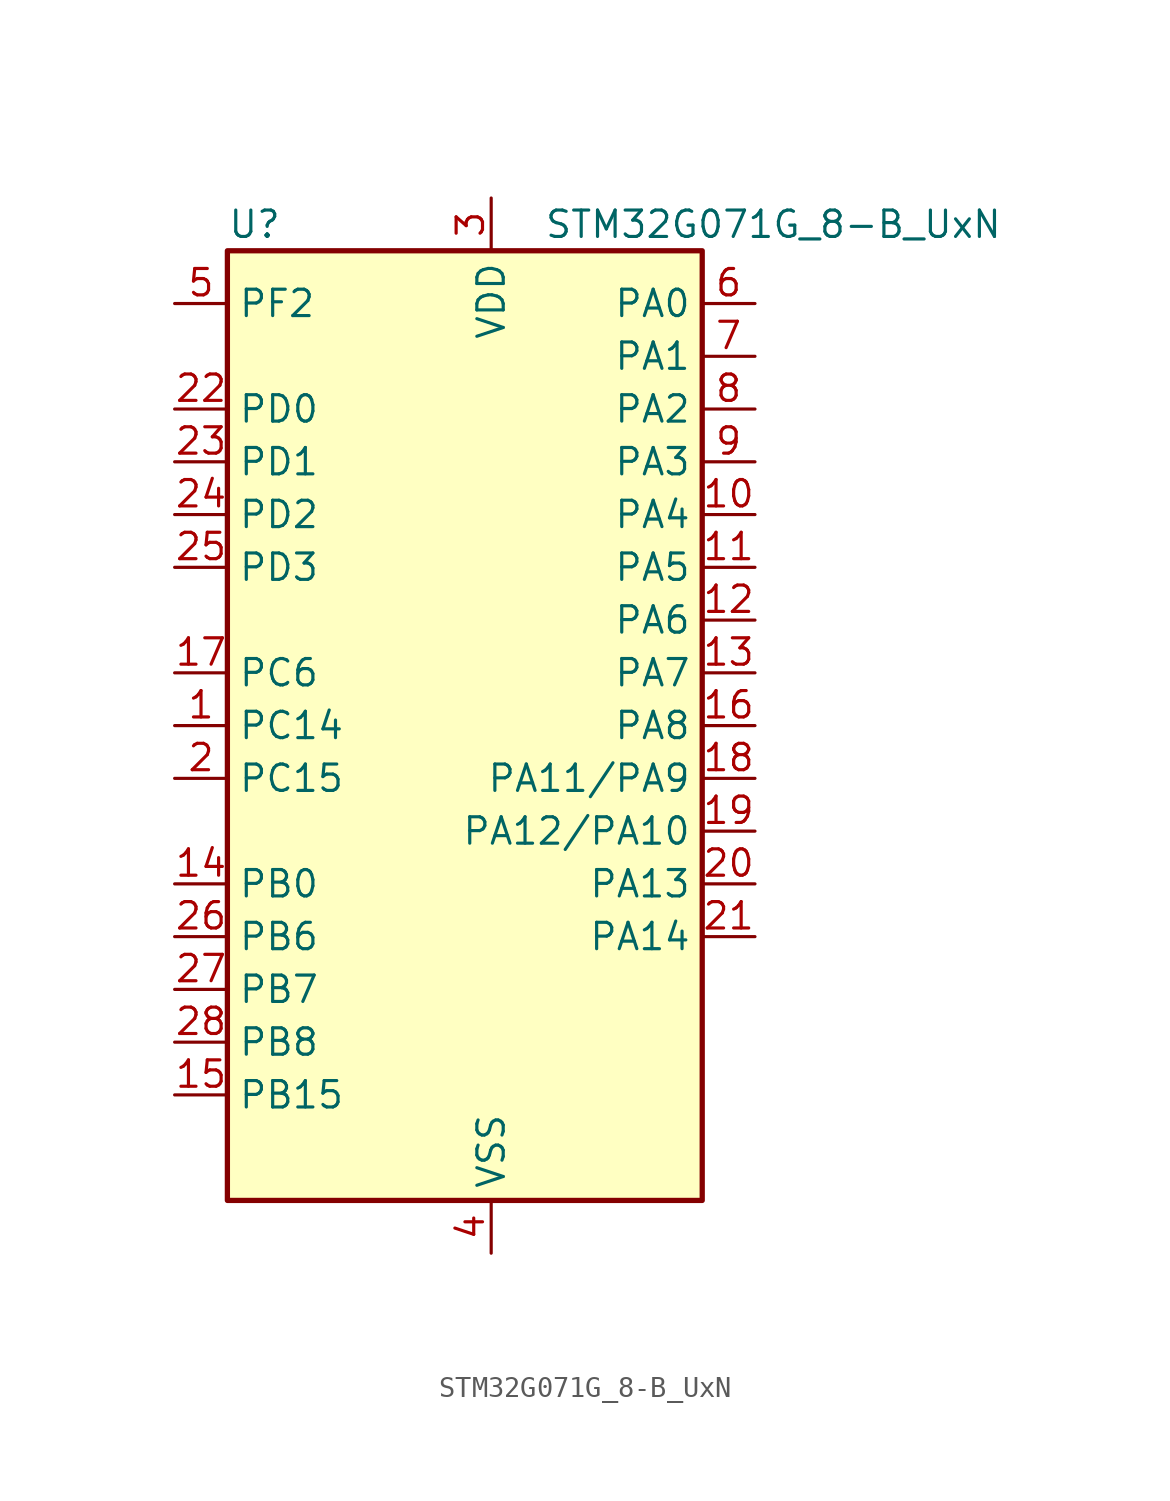
<source format=kicad_sym>
(kicad_symbol_lib
  (version 20211014)
  (generator kicad-library-utils)
  (symbol "STM32G071G_8-B_UxN"
    (property "Reference" "U"
      (at -10.16 24.13 0)
      (effects (font (size 1.27 1.27)) (justify left)))
    (property "Value" "STM32G071G_8-B_UxN"
      (at 5.08 24.13 0)
      (effects (font (size 1.27 1.27)) (justify left)))
    (property "ki_fp_filters" "QFN*4x4mm*P0.5mm*"
      (at 0.0 0.0 0.0)
      (effects (font (size 1.27 1.27))))
    (symbol "STM32G071G_8-B_UxN_0_1"
      (rectangle (start -10.16 -22.86) (end 12.7 22.86) (stroke (width 0.254)) (fill (type background))))
    (symbol "STM32G071G_8-B_UxN_1_1"
      (pin bidirectional line (at -12.7 20.32 0) (length 2.54) (name "PF2" (effects (font (size 1.27 1.27)))) (number "5" (effects (font (size 1.27 1.27)))) (alternate "RCC_MCO" bidirectional line))
      (pin bidirectional line (at -12.7 15.24 0) (length 2.54) (name "PD0" (effects (font (size 1.27 1.27)))) (number "22" (effects (font (size 1.27 1.27)))) (alternate "SPI2_NSS" bidirectional line) (alternate "TIM16_CH1" bidirectional line) (alternate "UCPD2_CC1" bidirectional line))
      (pin bidirectional line (at -12.7 12.7 0) (length 2.54) (name "PD1" (effects (font (size 1.27 1.27)))) (number "23" (effects (font (size 1.27 1.27)))) (alternate "SPI2_SCK" bidirectional line) (alternate "TIM17_CH1" bidirectional line) (alternate "UCPD2_DBCC1" bidirectional line))
      (pin bidirectional line (at -12.7 10.16 0) (length 2.54) (name "PD2" (effects (font (size 1.27 1.27)))) (number "24" (effects (font (size 1.27 1.27)))) (alternate "TIM1_CH1N" bidirectional line) (alternate "TIM3_ETR" bidirectional line) (alternate "UCPD2_CC2" bidirectional line) (alternate "USART3_CK" bidirectional line) (alternate "USART3_DE" bidirectional line) (alternate "USART3_RTS" bidirectional line))
      (pin bidirectional line (at -12.7 7.62 0) (length 2.54) (name "PD3" (effects (font (size 1.27 1.27)))) (number "25" (effects (font (size 1.27 1.27)))) (alternate "SPI2_MISO" bidirectional line) (alternate "TIM1_CH2N" bidirectional line) (alternate "UCPD2_DBCC2" bidirectional line) (alternate "USART2_CTS" bidirectional line) (alternate "USART2_NSS" bidirectional line))
      (pin bidirectional line (at -12.7 2.54 0) (length 2.54) (name "PC6" (effects (font (size 1.27 1.27)))) (number "17" (effects (font (size 1.27 1.27)))) (alternate "TIM2_CH3" bidirectional line) (alternate "TIM3_CH1" bidirectional line) (alternate "UCPD1_DBCC1" bidirectional line) (alternate "UCPD1_FRSTX1" bidirectional line) (alternate "UCPD1_FRSTX2" bidirectional line))
      (pin bidirectional line (at -12.7 0.0 0) (length 2.54) (name "PC14" (effects (font (size 1.27 1.27)))) (number "1" (effects (font (size 1.27 1.27)))) (alternate "RCC_OSC32_IN" bidirectional line) (alternate "RCC_OSC_IN" bidirectional line) (alternate "TIM1_BK2" bidirectional line))
      (pin bidirectional line (at -12.7 -2.54 0) (length 2.54) (name "PC15" (effects (font (size 1.27 1.27)))) (number "2" (effects (font (size 1.27 1.27)))) (alternate "RCC_OSC32_EN" bidirectional line) (alternate "RCC_OSC32_OUT" bidirectional line) (alternate "RCC_OSC_EN" bidirectional line) (alternate "TIM15_BK" bidirectional line))
      (pin bidirectional line (at -12.7 -7.62 0) (length 2.54) (name "PB0" (effects (font (size 1.27 1.27)))) (number "14" (effects (font (size 1.27 1.27)))) (alternate "ADC1_IN8" bidirectional line) (alternate "COMP1_OUT" bidirectional line) (alternate "I2S1_WS" bidirectional line) (alternate "LPTIM1_OUT" bidirectional line) (alternate "SPI1_NSS" bidirectional line) (alternate "TIM1_CH2N" bidirectional line) (alternate "TIM3_CH3" bidirectional line) (alternate "UCPD1_DBCC2" bidirectional line) (alternate "UCPD1_FRSTX1" bidirectional line) (alternate "UCPD1_FRSTX2" bidirectional line) (alternate "USART3_RX" bidirectional line))
      (pin bidirectional line (at -12.7 -10.16 0) (length 2.54) (name "PB6" (effects (font (size 1.27 1.27)))) (number "26" (effects (font (size 1.27 1.27)))) (alternate "COMP2_INP" bidirectional line) (alternate "I2C1_SCL" bidirectional line) (alternate "LPTIM1_ETR" bidirectional line) (alternate "SPI2_MISO" bidirectional line) (alternate "TIM16_CH1N" bidirectional line) (alternate "TIM1_CH3" bidirectional line) (alternate "USART1_TX" bidirectional line))
      (pin bidirectional line (at -12.7 -12.7 0) (length 2.54) (name "PB7" (effects (font (size 1.27 1.27)))) (number "27" (effects (font (size 1.27 1.27)))) (alternate "COMP2_INM" bidirectional line) (alternate "I2C1_SDA" bidirectional line) (alternate "LPTIM1_IN2" bidirectional line) (alternate "SPI2_MOSI" bidirectional line) (alternate "SYS_PVD_IN" bidirectional line) (alternate "TIM17_CH1N" bidirectional line) (alternate "USART1_RX" bidirectional line) (alternate "USART4_CTS" bidirectional line) (alternate "USART4_NSS" bidirectional line))
      (pin bidirectional line (at -12.7 -15.24 0) (length 2.54) (name "PB8" (effects (font (size 1.27 1.27)))) (number "28" (effects (font (size 1.27 1.27)))) (alternate "CEC" bidirectional line) (alternate "I2C1_SCL" bidirectional line) (alternate "SPI2_SCK" bidirectional line) (alternate "TIM15_BK" bidirectional line) (alternate "TIM16_CH1" bidirectional line) (alternate "USART3_TX" bidirectional line))
      (pin bidirectional line (at -12.7 -17.78 0) (length 2.54) (name "PB15" (effects (font (size 1.27 1.27)))) (number "15" (effects (font (size 1.27 1.27)))) (alternate "RTC_REFIN" bidirectional line) (alternate "SPI2_MOSI" bidirectional line) (alternate "TIM15_CH1N" bidirectional line) (alternate "TIM15_CH2" bidirectional line) (alternate "TIM1_CH3N" bidirectional line) (alternate "UCPD1_CC2" bidirectional line))
      (pin bidirectional line (at 15.24 20.32 180) (length 2.54) (name "PA0" (effects (font (size 1.27 1.27)))) (number "6" (effects (font (size 1.27 1.27)))) (alternate "ADC1_IN0" bidirectional line) (alternate "COMP1_INM" bidirectional line) (alternate "COMP1_OUT" bidirectional line) (alternate "LPTIM1_OUT" bidirectional line) (alternate "RTC_TAMP_IN2" bidirectional line) (alternate "SPI2_SCK" bidirectional line) (alternate "SYS_WKUP1" bidirectional line) (alternate "TIM2_CH1" bidirectional line) (alternate "TIM2_ETR" bidirectional line) (alternate "UCPD2_FRSTX1" bidirectional line) (alternate "UCPD2_FRSTX2" bidirectional line) (alternate "USART2_CTS" bidirectional line) (alternate "USART2_NSS" bidirectional line) (alternate "USART4_TX" bidirectional line))
      (pin bidirectional line (at 15.24 17.78 180) (length 2.54) (name "PA1" (effects (font (size 1.27 1.27)))) (number "7" (effects (font (size 1.27 1.27)))) (alternate "ADC1_IN1" bidirectional line) (alternate "COMP1_INP" bidirectional line) (alternate "I2C1_SMBA" bidirectional line) (alternate "I2S1_CK" bidirectional line) (alternate "SPI1_SCK" bidirectional line) (alternate "TIM15_CH1N" bidirectional line) (alternate "TIM2_CH2" bidirectional line) (alternate "USART2_CK" bidirectional line) (alternate "USART2_DE" bidirectional line) (alternate "USART2_RTS" bidirectional line) (alternate "USART4_RX" bidirectional line))
      (pin bidirectional line (at 15.24 15.24 180) (length 2.54) (name "PA2" (effects (font (size 1.27 1.27)))) (number "8" (effects (font (size 1.27 1.27)))) (alternate "ADC1_IN2" bidirectional line) (alternate "COMP2_INM" bidirectional line) (alternate "COMP2_OUT" bidirectional line) (alternate "I2S1_SD" bidirectional line) (alternate "LPUART1_TX" bidirectional line) (alternate "RCC_LSCO" bidirectional line) (alternate "SPI1_MOSI" bidirectional line) (alternate "SYS_WKUP4" bidirectional line) (alternate "TIM15_CH1" bidirectional line) (alternate "TIM2_CH3" bidirectional line) (alternate "UCPD1_FRSTX1" bidirectional line) (alternate "UCPD1_FRSTX2" bidirectional line) (alternate "USART2_TX" bidirectional line))
      (pin bidirectional line (at 15.24 12.7 180) (length 2.54) (name "PA3" (effects (font (size 1.27 1.27)))) (number "9" (effects (font (size 1.27 1.27)))) (alternate "ADC1_IN3" bidirectional line) (alternate "COMP2_INP" bidirectional line) (alternate "LPUART1_RX" bidirectional line) (alternate "SPI2_MISO" bidirectional line) (alternate "TIM15_CH2" bidirectional line) (alternate "TIM2_CH4" bidirectional line) (alternate "UCPD2_FRSTX1" bidirectional line) (alternate "UCPD2_FRSTX2" bidirectional line) (alternate "USART2_RX" bidirectional line))
      (pin bidirectional line (at 15.24 10.16 180) (length 2.54) (name "PA4" (effects (font (size 1.27 1.27)))) (number "10" (effects (font (size 1.27 1.27)))) (alternate "ADC1_IN4" bidirectional line) (alternate "DAC1_OUT1" bidirectional line) (alternate "I2S1_WS" bidirectional line) (alternate "LPTIM2_OUT" bidirectional line) (alternate "RTC_OUT_ALARM" bidirectional line) (alternate "RTC_OUT_CALIB" bidirectional line) (alternate "RTC_TAMP_IN1" bidirectional line) (alternate "RTC_TS" bidirectional line) (alternate "SPI1_NSS" bidirectional line) (alternate "SPI2_MOSI" bidirectional line) (alternate "SYS_WKUP2" bidirectional line) (alternate "TIM14_CH1" bidirectional line) (alternate "UCPD2_FRSTX1" bidirectional line) (alternate "UCPD2_FRSTX2" bidirectional line))
      (pin bidirectional line (at 15.24 7.62 180) (length 2.54) (name "PA5" (effects (font (size 1.27 1.27)))) (number "11" (effects (font (size 1.27 1.27)))) (alternate "ADC1_IN5" bidirectional line) (alternate "CEC" bidirectional line) (alternate "DAC1_OUT2" bidirectional line) (alternate "I2S1_CK" bidirectional line) (alternate "LPTIM2_ETR" bidirectional line) (alternate "SPI1_SCK" bidirectional line) (alternate "TIM2_CH1" bidirectional line) (alternate "TIM2_ETR" bidirectional line) (alternate "UCPD1_FRSTX1" bidirectional line) (alternate "UCPD1_FRSTX2" bidirectional line) (alternate "USART3_TX" bidirectional line))
      (pin bidirectional line (at 15.24 5.08 180) (length 2.54) (name "PA6" (effects (font (size 1.27 1.27)))) (number "12" (effects (font (size 1.27 1.27)))) (alternate "ADC1_IN6" bidirectional line) (alternate "COMP1_OUT" bidirectional line) (alternate "I2S1_MCK" bidirectional line) (alternate "LPUART1_CTS" bidirectional line) (alternate "SPI1_MISO" bidirectional line) (alternate "TIM16_CH1" bidirectional line) (alternate "TIM1_BK" bidirectional line) (alternate "TIM3_CH1" bidirectional line) (alternate "USART3_CTS" bidirectional line) (alternate "USART3_NSS" bidirectional line))
      (pin bidirectional line (at 15.24 2.54 180) (length 2.54) (name "PA7" (effects (font (size 1.27 1.27)))) (number "13" (effects (font (size 1.27 1.27)))) (alternate "ADC1_IN7" bidirectional line) (alternate "COMP2_OUT" bidirectional line) (alternate "I2S1_SD" bidirectional line) (alternate "SPI1_MOSI" bidirectional line) (alternate "TIM14_CH1" bidirectional line) (alternate "TIM17_CH1" bidirectional line) (alternate "TIM1_CH1N" bidirectional line) (alternate "TIM3_CH2" bidirectional line) (alternate "UCPD1_FRSTX1" bidirectional line) (alternate "UCPD1_FRSTX2" bidirectional line))
      (pin bidirectional line (at 15.24 0.0 180) (length 2.54) (name "PA8" (effects (font (size 1.27 1.27)))) (number "16" (effects (font (size 1.27 1.27)))) (alternate "LPTIM2_OUT" bidirectional line) (alternate "RCC_MCO" bidirectional line) (alternate "SPI2_NSS" bidirectional line) (alternate "TIM1_CH1" bidirectional line) (alternate "UCPD1_CC1" bidirectional line))
      (pin bidirectional line (at 15.24 -2.54 180) (length 2.54) (name "PA11/PA9" (effects (font (size 1.27 1.27)))) (number "18" (effects (font (size 1.27 1.27)))) (alternate "ADC1_EXTI11" bidirectional line) (alternate "COMP1_OUT" bidirectional line) (alternate "I2C2_SCL" bidirectional line) (alternate "I2S1_MCK" bidirectional line) (alternate "SPI1_MISO" bidirectional line) (alternate "TIM1_BK2" bidirectional line) (alternate "TIM1_CH4" bidirectional line) (alternate "USART1_CTS" bidirectional line) (alternate "USART1_NSS" bidirectional line))
      (pin bidirectional line (at 15.24 -5.08 180) (length 2.54) (name "PA12/PA10" (effects (font (size 1.27 1.27)))) (number "19" (effects (font (size 1.27 1.27)))) (alternate "COMP2_OUT" bidirectional line) (alternate "I2C2_SDA" bidirectional line) (alternate "I2S1_SD" bidirectional line) (alternate "I2S_CKIN" bidirectional line) (alternate "SPI1_MOSI" bidirectional line) (alternate "TIM1_ETR" bidirectional line) (alternate "USART1_CK" bidirectional line) (alternate "USART1_DE" bidirectional line) (alternate "USART1_RTS" bidirectional line))
      (pin bidirectional line (at 15.24 -7.62 180) (length 2.54) (name "PA13" (effects (font (size 1.27 1.27)))) (number "20" (effects (font (size 1.27 1.27)))) (alternate "IR_OUT" bidirectional line) (alternate "SYS_SWDIO" bidirectional line))
      (pin bidirectional line (at 15.24 -10.16 180) (length 2.54) (name "PA14" (effects (font (size 1.27 1.27)))) (number "21" (effects (font (size 1.27 1.27)))) (alternate "SYS_SWCLK" bidirectional line) (alternate "USART2_TX" bidirectional line))
      (pin power_in line (at 2.54 25.4 270) (length 2.54) (name "VDD" (effects (font (size 1.27 1.27)))) (number "3" (effects (font (size 1.27 1.27)))))
      (pin power_in line (at 2.54 -25.4 90) (length 2.54) (name "VSS" (effects (font (size 1.27 1.27)))) (number "4" (effects (font (size 1.27 1.27))))))))
</source>
